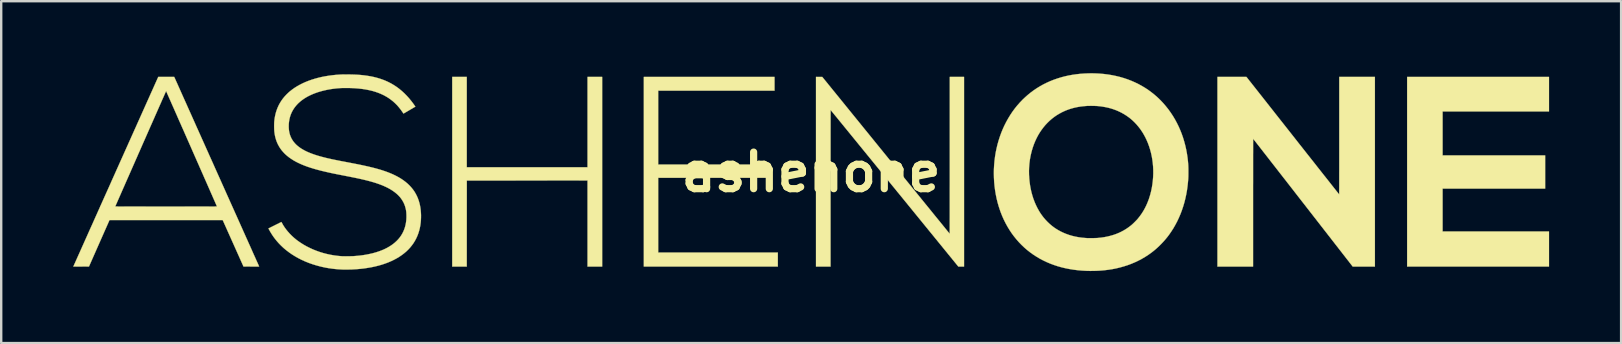
<source format=kicad_pcb>
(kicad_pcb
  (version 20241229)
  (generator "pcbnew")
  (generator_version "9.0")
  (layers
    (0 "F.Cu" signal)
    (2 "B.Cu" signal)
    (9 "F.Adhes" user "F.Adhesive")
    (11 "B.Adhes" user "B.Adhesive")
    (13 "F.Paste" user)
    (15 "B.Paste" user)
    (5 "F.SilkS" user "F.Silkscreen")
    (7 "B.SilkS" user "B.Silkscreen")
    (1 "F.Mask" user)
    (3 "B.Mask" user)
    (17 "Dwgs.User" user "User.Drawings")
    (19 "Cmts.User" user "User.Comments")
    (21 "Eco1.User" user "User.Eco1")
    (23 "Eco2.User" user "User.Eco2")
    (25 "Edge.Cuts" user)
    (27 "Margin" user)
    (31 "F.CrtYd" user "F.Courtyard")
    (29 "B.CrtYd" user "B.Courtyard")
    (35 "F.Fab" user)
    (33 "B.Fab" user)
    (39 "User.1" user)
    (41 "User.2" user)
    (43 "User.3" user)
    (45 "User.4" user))
  (footprint "ashenone"
    (layer "F.Cu")
    (at 30.737 4.12)
    (property "Reference" "ashenone" (at 0 0 0) (layer "F.SilkS") (effects (font (size 1.524 1.524) (thickness 0.3))))
    (attr through_hole)
    (fp_poly (pts (xy -1.524 -3.394) (xy -6.37 -3.394) (xy -6.37 -0.316) (xy -1.749 -0.316) (xy -1.749 0.236) (xy -6.37 0.236) (xy -6.37 3.35) (xy -1.387 3.35) (xy -1.387 3.934) (xy -6.969 3.934) (xy -6.969 -3.967) (xy -1.524 -3.967) (xy -1.524 -3.394)) (stroke (width 0.01) (type solid)) (fill yes) (layer "F.SilkS"))
    (fp_poly (pts (xy 30.736 -2.526) (xy 26.304 -2.526) (xy 26.304 -0.697) (xy 30.576 -0.697) (xy 30.576 0.686) (xy 26.304 0.686) (xy 26.304 2.472) (xy 30.736 2.472) (xy 30.736 3.934) (xy 24.827 3.934) (xy 24.827 -3.967) (xy 30.736 -3.967) (xy 30.736 -2.526)) (stroke (width 0.01) (type solid)) (fill yes) (layer "F.SilkS"))
    (fp_poly (pts (xy -14.344 -0.203) (xy -9.314 -0.203) (xy -9.314 -3.967) (xy -8.704 -3.967) (xy -8.704 3.934) (xy -9.314 3.934) (xy -9.314 0.348) (xy -11.828 0.349) (xy -14.342 0.35) (xy -14.344 3.934) (xy -14.95 3.934) (xy -14.95 -3.967) (xy -14.344 -3.967) (xy -14.344 -0.203)) (stroke (width 0.01) (type solid)) (fill yes) (layer "F.SilkS"))
    (fp_poly (pts (xy 23.484 3.934) (xy 22.56 3.934) (xy 20.488 1.272) (xy 20.392 1.149) (xy 20.297 1.027) (xy 20.203 0.906) (xy 20.111 0.787) (xy 20.02 0.67) (xy 19.93 0.555) (xy 19.842 0.442) (xy 19.756 0.331) (xy 19.671 0.223) (xy 19.588 0.116) (xy 19.507 0.013) (xy 19.429 -0.088) (xy 19.352 -0.187) (xy 19.278 -0.282) (xy 19.206 -0.374) (xy 19.136 -0.463) (xy 19.07 -0.549) (xy 19.005 -0.632) (xy 18.944 -0.711) (xy 18.885 -0.786) (xy 18.829 -0.857) (xy 18.777 -0.925) (xy 18.727 -0.988) (xy 18.681 -1.048) (xy 18.638 -1.103) (xy 18.598 -1.153) (xy 18.562 -1.2) (xy 18.53 -1.241) (xy 18.501 -1.278) (xy 18.476 -1.309) (xy 18.455 -1.336) (xy 18.439 -1.357) (xy 18.426 -1.374) (xy 18.417 -1.384) (xy 18.413 -1.39) (xy 18.413 -1.39) (xy 18.412 -1.387) (xy 18.412 -1.376) (xy 18.412 -1.358) (xy 18.412 -1.333) (xy 18.412 -1.302) (xy 18.412 -1.264) (xy 18.411 -1.219) (xy 18.411 -1.168) (xy 18.411 -1.111) (xy 18.411 -1.047) (xy 18.411 -0.978) (xy 18.411 -0.902) (xy 18.411 -0.821) (xy 18.41 -0.734) (xy 18.41 -0.641) (xy 18.41 -0.543) (xy 18.41 -0.44) (xy 18.41 -0.332) (xy 18.41 -0.218) (xy 18.41 -0.099) (xy 18.41 0.024) (xy 18.41 0.152) (xy 18.41 0.285) (xy 18.41 0.422) (xy 18.409 0.564) (xy 18.409 0.71) (xy 18.409 0.86) (xy 18.409 1.014) (xy 18.409 1.172) (xy 18.409 1.272) (xy 18.409 3.934) (xy 16.925 3.934) (xy 16.925 -3.967) (xy 17.528 -3.967) (xy 18.132 -3.967) (xy 20.063 -1.519) (xy 20.156 -1.401) (xy 20.248 -1.284) (xy 20.338 -1.169) (xy 20.428 -1.056) (xy 20.516 -0.944) (xy 20.602 -0.835) (xy 20.687 -0.727) (xy 20.771 -0.622) (xy 20.852 -0.518) (xy 20.932 -0.418) (xy 21.009 -0.32) (xy 21.084 -0.224) (xy 21.157 -0.132) (xy 21.228 -0.042) (xy 21.297 0.045) (xy 21.362 0.128) (xy 21.426 0.208) (xy 21.486 0.284) (xy 21.544 0.357) (xy 21.598 0.426) (xy 21.65 0.492) (xy 21.698 0.553) (xy 21.744 0.61) (xy 21.785 0.663) (xy 21.824 0.712) (xy 21.859 0.756) (xy 21.89 0.795) (xy 21.917 0.829) (xy 21.941 0.859) (xy 21.96 0.884) (xy 21.975 0.903) (xy 21.987 0.917) (xy 21.994 0.926) (xy 21.996 0.929) (xy 21.996 0.929) (xy 21.996 0.925) (xy 21.997 0.915) (xy 21.997 0.897) (xy 21.997 0.873) (xy 21.997 0.842) (xy 21.997 0.805) (xy 21.997 0.762) (xy 21.997 0.713) (xy 21.998 0.658) (xy 21.998 0.597) (xy 21.998 0.531) (xy 21.998 0.46) (xy 21.998 0.384) (xy 21.998 0.303) (xy 21.998 0.218) (xy 21.998 0.128) (xy 21.998 0.033) (xy 21.999 -0.065) (xy 21.999 -0.167) (xy 21.999 -0.273) (xy 21.999 -0.383) (xy 21.999 -0.495) (xy 21.999 -0.611) (xy 21.999 -0.73) (xy 21.999 -0.852) (xy 21.999 -0.976) (xy 21.999 -1.103) (xy 21.999 -1.232) (xy 21.999 -1.363) (xy 21.999 -1.495) (xy 21.999 -3.967) (xy 23.484 -3.967) (xy 23.484 3.934)) (stroke (width 0.01) (type solid)) (fill yes) (layer "F.SilkS"))
    (fp_poly (pts (xy 0.334 -3.966) (xy 0.465 -3.965) (xy 3.116 -0.701) (xy 3.226 -0.565) (xy 3.335 -0.431) (xy 3.443 -0.298) (xy 3.55 -0.167) (xy 3.655 -0.037) (xy 3.759 0.09) (xy 3.861 0.216) (xy 3.961 0.34) (xy 4.06 0.461) (xy 4.157 0.581) (xy 4.252 0.698) (xy 4.345 0.812) (xy 4.436 0.924) (xy 4.525 1.033) (xy 4.611 1.14) (xy 4.695 1.243) (xy 4.777 1.344) (xy 4.856 1.441) (xy 4.933 1.535) (xy 5.006 1.626) (xy 5.077 1.713) (xy 5.145 1.797) (xy 5.21 1.877) (xy 5.272 1.953) (xy 5.331 2.025) (xy 5.387 2.094) (xy 5.439 2.158) (xy 5.488 2.218) (xy 5.533 2.273) (xy 5.574 2.324) (xy 5.612 2.371) (xy 5.646 2.413) (xy 5.676 2.45) (xy 5.703 2.482) (xy 5.725 2.509) (xy 5.743 2.531) (xy 5.756 2.547) (xy 5.766 2.559) (xy 5.771 2.565) (xy 5.771 2.566) (xy 5.771 2.562) (xy 5.772 2.551) (xy 5.772 2.533) (xy 5.772 2.509) (xy 5.772 2.477) (xy 5.772 2.438) (xy 5.773 2.393) (xy 5.773 2.341) (xy 5.773 2.282) (xy 5.773 2.216) (xy 5.773 2.145) (xy 5.773 2.066) (xy 5.773 1.982) (xy 5.774 1.891) (xy 5.774 1.794) (xy 5.774 1.691) (xy 5.774 1.582) (xy 5.774 1.467) (xy 5.774 1.347) (xy 5.774 1.22) (xy 5.774 1.088) (xy 5.774 0.95) (xy 5.774 0.807) (xy 5.774 0.658) (xy 5.775 0.504) (xy 5.775 0.345) (xy 5.775 0.18) (xy 5.775 0.01) (xy 5.775 -0.165) (xy 5.775 -0.344) (xy 5.775 -0.529) (xy 5.775 -0.7) (xy 5.775 -3.967) (xy 6.37 -3.967) (xy 6.37 3.934) (xy 6.132 3.934) (xy 3.474 0.673) (xy 3.363 0.538) (xy 3.254 0.404) (xy 3.146 0.271) (xy 3.039 0.14) (xy 2.934 0.011) (xy 2.83 -0.117) (xy 2.728 -0.242) (xy 2.627 -0.366) (xy 2.528 -0.487) (xy 2.431 -0.606) (xy 2.335 -0.723) (xy 2.242 -0.837) (xy 2.151 -0.949) (xy 2.062 -1.058) (xy 1.975 -1.164) (xy 1.891 -1.268) (xy 1.809 -1.368) (xy 1.73 -1.465) (xy 1.653 -1.559) (xy 1.579 -1.65) (xy 1.508 -1.737) (xy 1.44 -1.821) (xy 1.375 -1.9) (xy 1.313 -1.976) (xy 1.254 -2.049) (xy 1.198 -2.117) (xy 1.146 -2.181) (xy 1.097 -2.241) (xy 1.052 -2.296) (xy 1.01 -2.347) (xy 0.972 -2.393) (xy 0.938 -2.435) (xy 0.908 -2.472) (xy 0.881 -2.504) (xy 0.859 -2.531) (xy 0.841 -2.553) (xy 0.828 -2.57) (xy 0.818 -2.581) (xy 0.813 -2.587) (xy 0.812 -2.588) (xy 0.812 -2.584) (xy 0.812 -2.574) (xy 0.812 -2.556) (xy 0.812 -2.532) (xy 0.812 -2.501) (xy 0.812 -2.463) (xy 0.811 -2.419) (xy 0.811 -2.369) (xy 0.811 -2.314) (xy 0.811 -2.252) (xy 0.811 -2.185) (xy 0.811 -2.112) (xy 0.811 -2.034) (xy 0.811 -1.951) (xy 0.811 -1.862) (xy 0.81 -1.769) (xy 0.81 -1.672) (xy 0.81 -1.569) (xy 0.81 -1.463) (xy 0.81 -1.352) (xy 0.81 -1.237) (xy 0.81 -1.119) (xy 0.81 -0.997) (xy 0.81 -0.871) (xy 0.81 -0.742) (xy 0.81 -0.609) (xy 0.81 -0.474) (xy 0.81 -0.335) (xy 0.81 -0.194) (xy 0.809 -0.051) (xy 0.809 0.095) (xy 0.809 0.243) (xy 0.809 0.394) (xy 0.809 0.546) (xy 0.809 0.673) (xy 0.809 3.934) (xy 0.203 3.934) (xy 0.203 -3.967) (xy 0.334 -3.966)) (stroke (width 0.01) (type solid)) (fill yes) (layer "F.SilkS"))
    (fp_poly (pts (xy -26.519 -3.943) (xy -26.423 -3.73) (xy -26.328 -3.517) (xy -26.234 -3.306) (xy -26.14 -3.096) (xy -26.046 -2.887) (xy -25.953 -2.679) (xy -25.86 -2.472) (xy -25.768 -2.267) (xy -25.677 -2.063) (xy -25.587 -1.861) (xy -25.497 -1.661) (xy -25.408 -1.463) (xy -25.32 -1.266) (xy -25.233 -1.071) (xy -25.147 -0.879) (xy -25.062 -0.689) (xy -24.977 -0.501) (xy -24.894 -0.316) (xy -24.813 -0.133) (xy -24.732 0.047) (xy -24.652 0.225) (xy -24.574 0.399) (xy -24.497 0.571) (xy -24.422 0.739) (xy -24.348 0.905) (xy -24.275 1.067) (xy -24.204 1.226) (xy -24.134 1.381) (xy -24.066 1.533) (xy -24 1.681) (xy -23.935 1.825) (xy -23.872 1.966) (xy -23.811 2.102) (xy -23.752 2.235) (xy -23.694 2.363) (xy -23.639 2.487) (xy -23.585 2.607) (xy -23.534 2.722) (xy -23.484 2.832) (xy -23.437 2.938) (xy -23.391 3.039) (xy -23.348 3.136) (xy -23.307 3.227) (xy -23.269 3.313) (xy -23.233 3.394) (xy -23.199 3.47) (xy -23.167 3.54) (xy -23.138 3.605) (xy -23.112 3.664) (xy -23.088 3.717) (xy -23.066 3.765) (xy -23.047 3.807) (xy -23.031 3.843) (xy -23.018 3.872) (xy -23.008 3.896) (xy -23 3.913) (xy -22.995 3.924) (xy -22.993 3.928) (xy -22.993 3.928) (xy -22.993 3.929) (xy -22.993 3.93) (xy -22.995 3.931) (xy -22.999 3.932) (xy -23.005 3.932) (xy -23.014 3.933) (xy -23.025 3.933) (xy -23.04 3.934) (xy -23.059 3.934) (xy -23.083 3.934) (xy -23.111 3.934) (xy -23.145 3.934) (xy -23.184 3.934) (xy -23.229 3.934) (xy -23.281 3.934) (xy -23.317 3.934) (xy -23.644 3.933) (xy -24.077 2.965) (xy -24.51 1.998) (xy -29.226 1.998) (xy -29.654 2.965) (xy -30.081 3.933) (xy -30.406 3.934) (xy -30.454 3.934) (xy -30.5 3.934) (xy -30.543 3.934) (xy -30.583 3.934) (xy -30.62 3.934) (xy -30.652 3.933) (xy -30.679 3.933) (xy -30.701 3.933) (xy -30.718 3.933) (xy -30.728 3.932) (xy -30.732 3.932) (xy -30.732 3.932) (xy -30.73 3.928) (xy -30.726 3.919) (xy -30.719 3.902) (xy -30.709 3.88) (xy -30.696 3.851) (xy -30.681 3.817) (xy -30.662 3.776) (xy -30.642 3.73) (xy -30.619 3.678) (xy -30.593 3.621) (xy -30.565 3.558) (xy -30.535 3.491) (xy -30.502 3.418) (xy -30.467 3.34) (xy -30.43 3.257) (xy -30.391 3.17) (xy -30.35 3.078) (xy -30.307 2.982) (xy -30.262 2.881) (xy -30.215 2.776) (xy -30.166 2.667) (xy -30.116 2.554) (xy -30.064 2.438) (xy -30.01 2.317) (xy -29.954 2.194) (xy -29.897 2.066) (xy -29.839 1.936) (xy -29.779 1.802) (xy -29.718 1.665) (xy -29.655 1.526) (xy -29.613 1.43) (xy -28.986 1.43) (xy -28.982 1.43) (xy -28.972 1.431) (xy -28.954 1.431) (xy -28.928 1.431) (xy -28.896 1.431) (xy -28.857 1.432) (xy -28.81 1.432) (xy -28.757 1.432) (xy -28.696 1.432) (xy -28.629 1.432) (xy -28.554 1.433) (xy -28.473 1.433) (xy -28.385 1.433) (xy -28.29 1.433) (xy -28.188 1.433) (xy -28.08 1.433) (xy -27.965 1.433) (xy -27.843 1.433) (xy -27.714 1.434) (xy -27.579 1.434) (xy -27.437 1.434) (xy -27.289 1.434) (xy -27.134 1.434) (xy -26.973 1.434) (xy -26.868 1.434) (xy -26.698 1.434) (xy -26.536 1.434) (xy -26.38 1.434) (xy -26.232 1.434) (xy -26.091 1.434) (xy -25.957 1.433) (xy -25.83 1.433) (xy -25.711 1.433) (xy -25.598 1.433) (xy -25.493 1.433) (xy -25.394 1.433) (xy -25.303 1.433) (xy -25.219 1.433) (xy -25.142 1.433) (xy -25.071 1.432) (xy -25.008 1.432) (xy -24.952 1.432) (xy -24.903 1.432) (xy -24.86 1.432) (xy -24.825 1.431) (xy -24.796 1.431) (xy -24.775 1.431) (xy -24.76 1.431) (xy -24.752 1.43) (xy -24.75 1.43) (xy -24.752 1.426) (xy -24.756 1.416) (xy -24.763 1.4) (xy -24.773 1.378) (xy -24.785 1.35) (xy -24.8 1.316) (xy -24.817 1.277) (xy -24.836 1.232) (xy -24.858 1.183) (xy -24.882 1.129) (xy -24.908 1.07) (xy -24.936 1.007) (xy -24.965 0.939) (xy -24.997 0.868) (xy -25.03 0.792) (xy -25.064 0.714) (xy -25.101 0.631) (xy -25.138 0.546) (xy -25.177 0.457) (xy -25.217 0.366) (xy -25.259 0.272) (xy -25.301 0.176) (xy -25.344 0.077) (xy -25.389 -0.023) (xy -25.434 -0.126) (xy -25.48 -0.23) (xy -25.526 -0.335) (xy -25.573 -0.441) (xy -25.62 -0.549) (xy -25.668 -0.657) (xy -25.716 -0.766) (xy -25.764 -0.875) (xy -25.812 -0.985) (xy -25.86 -1.094) (xy -25.908 -1.203) (xy -25.956 -1.312) (xy -26.004 -1.42) (xy -26.051 -1.527) (xy -26.098 -1.634) (xy -26.144 -1.739) (xy -26.19 -1.842) (xy -26.235 -1.944) (xy -26.279 -2.044) (xy -26.323 -2.142) (xy -26.365 -2.238) (xy -26.406 -2.332) (xy -26.446 -2.422) (xy -26.485 -2.51) (xy -26.522 -2.595) (xy -26.558 -2.677) (xy -26.593 -2.755) (xy -26.626 -2.829) (xy -26.657 -2.9) (xy -26.686 -2.967) (xy -26.714 -3.029) (xy -26.74 -3.087) (xy -26.763 -3.14) (xy -26.785 -3.188) (xy -26.804 -3.232) (xy -26.821 -3.27) (xy -26.835 -3.302) (xy -26.847 -3.329) (xy -26.856 -3.35) (xy -26.863 -3.365) (xy -26.867 -3.374) (xy -26.868 -3.376) (xy -26.87 -3.373) (xy -26.874 -3.363) (xy -26.881 -3.347) (xy -26.891 -3.325) (xy -26.904 -3.297) (xy -26.918 -3.264) (xy -26.936 -3.225) (xy -26.955 -3.181) (xy -26.977 -3.131) (xy -27.001 -3.077) (xy -27.027 -3.019) (xy -27.055 -2.956) (xy -27.084 -2.888) (xy -27.116 -2.817) (xy -27.149 -2.742) (xy -27.184 -2.663) (xy -27.22 -2.581) (xy -27.258 -2.496) (xy -27.297 -2.407) (xy -27.337 -2.316) (xy -27.378 -2.222) (xy -27.421 -2.126) (xy -27.464 -2.028) (xy -27.509 -1.927) (xy -27.554 -1.825) (xy -27.6 -1.721) (xy -27.646 -1.616) (xy -27.693 -1.509) (xy -27.74 -1.402) (xy -27.788 -1.294) (xy -27.836 -1.185) (xy -27.884 -1.076) (xy -27.932 -0.966) (xy -27.98 -0.857) (xy -28.029 -0.748) (xy -28.076 -0.639) (xy -28.124 -0.531) (xy -28.171 -0.424) (xy -28.218 -0.317) (xy -28.264 -0.212) (xy -28.31 -0.108) (xy -28.355 -0.006) (xy -28.399 0.094) (xy -28.442 0.192) (xy -28.485 0.288) (xy -28.526 0.381) (xy -28.566 0.472) (xy -28.604 0.56) (xy -28.642 0.645) (xy -28.678 0.727) (xy -28.712 0.805) (xy -28.745 0.88) (xy -28.776 0.951) (xy -28.806 1.018) (xy -28.833 1.08) (xy -28.859 1.138) (xy -28.882 1.192) (xy -28.903 1.24) (xy -28.922 1.284) (xy -28.939 1.322) (xy -28.954 1.355) (xy -28.965 1.382) (xy -28.975 1.403) (xy -28.981 1.419) (xy -28.985 1.428) (xy -28.986 1.43) (xy -29.613 1.43) (xy -29.592 1.383) (xy -29.527 1.238) (xy -29.461 1.091) (xy -29.394 0.941) (xy -29.325 0.789) (xy -29.256 0.635) (xy -29.186 0.478) (xy -29.116 0.32) (xy -29.044 0.16) (xy -28.972 -0.001) (xy -28.964 -0.019) (xy -27.195 -3.967) (xy -26.53 -3.967) (xy -26.519 -3.943)) (stroke (width 0.01) (type solid)) (fill yes) (layer "F.SilkS"))
    (fp_poly (pts (xy 11.9 -4.11) (xy 12.018 -4.103) (xy 12.195 -4.088) (xy 12.368 -4.066) (xy 12.539 -4.038) (xy 12.706 -4.003) (xy 12.87 -3.963) (xy 13.03 -3.916) (xy 13.187 -3.863) (xy 13.34 -3.804) (xy 13.489 -3.739) (xy 13.635 -3.668) (xy 13.776 -3.591) (xy 13.914 -3.509) (xy 14.048 -3.42) (xy 14.177 -3.325) (xy 14.303 -3.225) (xy 14.424 -3.119) (xy 14.54 -3.007) (xy 14.653 -2.889) (xy 14.76 -2.766) (xy 14.864 -2.637) (xy 14.885 -2.609) (xy 14.981 -2.475) (xy 15.072 -2.337) (xy 15.158 -2.193) (xy 15.238 -2.044) (xy 15.313 -1.891) (xy 15.381 -1.736) (xy 15.44 -1.586) (xy 15.494 -1.431) (xy 15.542 -1.272) (xy 15.585 -1.11) (xy 15.622 -0.946) (xy 15.653 -0.781) (xy 15.678 -0.614) (xy 15.697 -0.448) (xy 15.7 -0.412) (xy 15.703 -0.372) (xy 15.706 -0.337) (xy 15.708 -0.304) (xy 15.71 -0.272) (xy 15.711 -0.241) (xy 15.712 -0.209) (xy 15.713 -0.175) (xy 15.714 -0.138) (xy 15.714 -0.097) (xy 15.714 -0.051) (xy 15.714 -0.015) (xy 15.714 0.038) (xy 15.714 0.085) (xy 15.713 0.127) (xy 15.713 0.165) (xy 15.712 0.2) (xy 15.71 0.234) (xy 15.709 0.268) (xy 15.706 0.303) (xy 15.704 0.34) (xy 15.7 0.381) (xy 15.698 0.412) (xy 15.679 0.588) (xy 15.655 0.763) (xy 15.624 0.935) (xy 15.587 1.105) (xy 15.545 1.272) (xy 15.496 1.436) (xy 15.442 1.596) (xy 15.382 1.754) (xy 15.316 1.907) (xy 15.245 2.057) (xy 15.168 2.202) (xy 15.087 2.343) (xy 14.999 2.479) (xy 14.962 2.533) (xy 14.903 2.617) (xy 14.844 2.695) (xy 14.784 2.769) (xy 14.723 2.841) (xy 14.658 2.913) (xy 14.589 2.986) (xy 14.548 3.027) (xy 14.496 3.078) (xy 14.448 3.124) (xy 14.401 3.167) (xy 14.355 3.208) (xy 14.309 3.247) (xy 14.26 3.287) (xy 14.207 3.328) (xy 14.172 3.355) (xy 14.045 3.446) (xy 13.913 3.531) (xy 13.777 3.611) (xy 13.637 3.685) (xy 13.493 3.753) (xy 13.344 3.816) (xy 13.192 3.873) (xy 13.036 3.923) (xy 12.877 3.968) (xy 12.714 4.008) (xy 12.548 4.041) (xy 12.379 4.067) (xy 12.207 4.088) (xy 12.079 4.099) (xy 12.01 4.104) (xy 11.937 4.108) (xy 11.861 4.111) (xy 11.784 4.113) (xy 11.707 4.114) (xy 11.632 4.115) (xy 11.561 4.114) (xy 11.495 4.113) (xy 11.479 4.112) (xy 11.293 4.102) (xy 11.111 4.086) (xy 10.933 4.064) (xy 10.759 4.036) (xy 10.589 4.002) (xy 10.423 3.962) (xy 10.261 3.916) (xy 10.102 3.863) (xy 9.955 3.808) (xy 9.805 3.744) (xy 9.659 3.674) (xy 9.517 3.599) (xy 9.38 3.517) (xy 9.247 3.431) (xy 9.118 3.338) (xy 8.994 3.24) (xy 8.875 3.137) (xy 8.761 3.028) (xy 8.651 2.914) (xy 8.547 2.795) (xy 8.447 2.671) (xy 8.352 2.542) (xy 8.263 2.408) (xy 8.179 2.27) (xy 8.1 2.126) (xy 8.026 1.978) (xy 7.958 1.826) (xy 7.896 1.669) (xy 7.872 1.602) (xy 7.818 1.44) (xy 7.77 1.274) (xy 7.728 1.105) (xy 7.693 0.934) (xy 7.664 0.761) (xy 7.641 0.585) (xy 7.625 0.409) (xy 7.615 0.231) (xy 7.612 0.054) (xy 7.613 -0.05) (xy 9.075 -0.05) (xy 9.077 0.106) (xy 9.085 0.254) (xy 9.1 0.405) (xy 9.12 0.552) (xy 9.146 0.697) (xy 9.178 0.839) (xy 9.216 0.977) (xy 9.259 1.111) (xy 9.308 1.241) (xy 9.363 1.368) (xy 9.422 1.489) (xy 9.487 1.607) (xy 9.534 1.684) (xy 9.606 1.789) (xy 9.682 1.89) (xy 9.764 1.985) (xy 9.851 2.076) (xy 9.942 2.162) (xy 10.037 2.242) (xy 10.136 2.316) (xy 10.185 2.349) (xy 10.29 2.414) (xy 10.4 2.474) (xy 10.514 2.528) (xy 10.632 2.576) (xy 10.753 2.619) (xy 10.879 2.656) (xy 11.007 2.686) (xy 11.139 2.711) (xy 11.188 2.718) (xy 11.223 2.723) (xy 11.255 2.727) (xy 11.285 2.731) (xy 11.316 2.734) (xy 11.348 2.737) (xy 11.382 2.74) (xy 11.42 2.743) (xy 11.463 2.746) (xy 11.506 2.749) (xy 11.521 2.75) (xy 11.542 2.75) (xy 11.569 2.75) (xy 11.6 2.75) (xy 11.634 2.75) (xy 11.671 2.75) (xy 11.709 2.749) (xy 11.747 2.749) (xy 11.785 2.748) (xy 11.821 2.747) (xy 11.854 2.746) (xy 11.884 2.745) (xy 11.91 2.744) (xy 11.929 2.743) (xy 11.938 2.742) (xy 12.078 2.728) (xy 12.213 2.708) (xy 12.343 2.683) (xy 12.468 2.652) (xy 12.589 2.617) (xy 12.706 2.576) (xy 12.819 2.53) (xy 12.928 2.478) (xy 13.033 2.421) (xy 13.136 2.358) (xy 13.235 2.289) (xy 13.332 2.214) (xy 13.346 2.202) (xy 13.367 2.184) (xy 13.392 2.161) (xy 13.42 2.135) (xy 13.449 2.107) (xy 13.479 2.077) (xy 13.509 2.047) (xy 13.538 2.017) (xy 13.565 1.99) (xy 13.588 1.964) (xy 13.608 1.942) (xy 13.612 1.936) (xy 13.693 1.834) (xy 13.768 1.729) (xy 13.837 1.62) (xy 13.901 1.507) (xy 13.959 1.391) (xy 14.012 1.269) (xy 14.061 1.143) (xy 14.083 1.078) (xy 14.125 0.94) (xy 14.162 0.798) (xy 14.192 0.653) (xy 14.216 0.506) (xy 14.234 0.357) (xy 14.246 0.207) (xy 14.252 0.057) (xy 14.251 -0.093) (xy 14.244 -0.242) (xy 14.231 -0.383) (xy 14.212 -0.528) (xy 14.187 -0.671) (xy 14.156 -0.81) (xy 14.119 -0.946) (xy 14.077 -1.078) (xy 14.03 -1.206) (xy 13.977 -1.331) (xy 13.92 -1.451) (xy 13.857 -1.567) (xy 13.789 -1.679) (xy 13.716 -1.786) (xy 13.638 -1.888) (xy 13.556 -1.985) (xy 13.469 -2.077) (xy 13.378 -2.164) (xy 13.282 -2.245) (xy 13.236 -2.28) (xy 13.135 -2.352) (xy 13.03 -2.418) (xy 12.923 -2.478) (xy 12.812 -2.532) (xy 12.698 -2.581) (xy 12.593 -2.619) (xy 12.487 -2.653) (xy 12.379 -2.682) (xy 12.269 -2.706) (xy 12.155 -2.726) (xy 12.037 -2.743) (xy 11.931 -2.753) (xy 11.903 -2.755) (xy 11.87 -2.757) (xy 11.831 -2.758) (xy 11.79 -2.76) (xy 11.746 -2.761) (xy 11.701 -2.761) (xy 11.656 -2.762) (xy 11.613 -2.761) (xy 11.573 -2.761) (xy 11.537 -2.76) (xy 11.507 -2.759) (xy 11.499 -2.759) (xy 11.362 -2.748) (xy 11.229 -2.733) (xy 11.101 -2.712) (xy 10.977 -2.686) (xy 10.857 -2.654) (xy 10.739 -2.617) (xy 10.624 -2.574) (xy 10.574 -2.553) (xy 10.457 -2.499) (xy 10.345 -2.439) (xy 10.236 -2.374) (xy 10.131 -2.302) (xy 10.031 -2.225) (xy 9.935 -2.142) (xy 9.844 -2.054) (xy 9.757 -1.961) (xy 9.674 -1.862) (xy 9.597 -1.758) (xy 9.524 -1.65) (xy 9.456 -1.537) (xy 9.394 -1.419) (xy 9.336 -1.296) (xy 9.284 -1.169) (xy 9.237 -1.038) (xy 9.196 -0.902) (xy 9.171 -0.808) (xy 9.137 -0.66) (xy 9.111 -0.51) (xy 9.092 -0.358) (xy 9.08 -0.205) (xy 9.075 -0.05) (xy 7.613 -0.05) (xy 7.614 -0.124) (xy 7.624 -0.302) (xy 7.64 -0.479) (xy 7.662 -0.655) (xy 7.691 -0.83) (xy 7.719 -0.965) (xy 7.759 -1.137) (xy 7.806 -1.305) (xy 7.859 -1.47) (xy 7.917 -1.631) (xy 7.981 -1.789) (xy 8.051 -1.942) (xy 8.127 -2.092) (xy 8.208 -2.237) (xy 8.294 -2.378) (xy 8.385 -2.515) (xy 8.482 -2.647) (xy 8.584 -2.774) (xy 8.691 -2.896) (xy 8.803 -3.013) (xy 8.92 -3.124) (xy 9.008 -3.202) (xy 9.132 -3.304) (xy 9.26 -3.4) (xy 9.393 -3.49) (xy 9.53 -3.574) (xy 9.671 -3.653) (xy 9.816 -3.725) (xy 9.965 -3.792) (xy 10.118 -3.852) (xy 10.274 -3.906) (xy 10.434 -3.954) (xy 10.567 -3.989) (xy 10.723 -4.024) (xy 10.884 -4.053) (xy 11.049 -4.077) (xy 11.216 -4.095) (xy 11.385 -4.107) (xy 11.556 -4.114) (xy 11.728 -4.115) (xy 11.9 -4.11)) (stroke (width 0.01) (type solid)) (fill yes) (layer "F.SilkS"))
    (fp_poly (pts (xy -19.32 -4.069) (xy -19.257 -4.068) (xy -19.193 -4.067) (xy -19.13 -4.066) (xy -19.068 -4.064) (xy -19.01 -4.062) (xy -18.955 -4.06) (xy -18.918 -4.058) (xy -18.767 -4.047) (xy -18.622 -4.032) (xy -18.484 -4.013) (xy -18.35 -3.991) (xy -18.221 -3.964) (xy -18.097 -3.933) (xy -17.977 -3.898) (xy -17.862 -3.859) (xy -17.75 -3.816) (xy -17.641 -3.768) (xy -17.536 -3.715) (xy -17.48 -3.685) (xy -17.366 -3.617) (xy -17.255 -3.543) (xy -17.147 -3.462) (xy -17.042 -3.374) (xy -16.94 -3.28) (xy -16.841 -3.179) (xy -16.744 -3.072) (xy -16.651 -2.958) (xy -16.606 -2.898) (xy -16.587 -2.874) (xy -16.569 -2.849) (xy -16.552 -2.825) (xy -16.535 -2.802) (xy -16.521 -2.781) (xy -16.508 -2.763) (xy -16.497 -2.747) (xy -16.49 -2.736) (xy -16.487 -2.729) (xy -16.486 -2.728) (xy -16.491 -2.725) (xy -16.501 -2.719) (xy -16.516 -2.71) (xy -16.535 -2.699) (xy -16.558 -2.685) (xy -16.585 -2.669) (xy -16.614 -2.652) (xy -16.645 -2.634) (xy -16.678 -2.614) (xy -16.712 -2.595) (xy -16.746 -2.575) (xy -16.779 -2.555) (xy -16.813 -2.536) (xy -16.844 -2.517) (xy -16.874 -2.5) (xy -16.901 -2.484) (xy -16.925 -2.47) (xy -16.945 -2.459) (xy -16.961 -2.449) (xy -16.973 -2.443) (xy -16.978 -2.44) (xy -16.979 -2.44) (xy -16.982 -2.443) (xy -16.988 -2.451) (xy -16.997 -2.464) (xy -17.008 -2.48) (xy -17.02 -2.498) (xy -17.022 -2.501) (xy -17.093 -2.601) (xy -17.168 -2.696) (xy -17.246 -2.786) (xy -17.329 -2.869) (xy -17.416 -2.948) (xy -17.508 -3.02) (xy -17.603 -3.088) (xy -17.704 -3.15) (xy -17.808 -3.207) (xy -17.918 -3.258) (xy -18.033 -3.305) (xy -18.152 -3.346) (xy -18.276 -3.383) (xy -18.406 -3.414) (xy -18.541 -3.441) (xy -18.681 -3.463) (xy -18.722 -3.468) (xy -18.793 -3.476) (xy -18.861 -3.483) (xy -18.928 -3.489) (xy -18.996 -3.494) (xy -19.065 -3.498) (xy -19.136 -3.501) (xy -19.21 -3.503) (xy -19.29 -3.504) (xy -19.362 -3.504) (xy -19.41 -3.504) (xy -19.452 -3.504) (xy -19.489 -3.504) (xy -19.521 -3.503) (xy -19.55 -3.503) (xy -19.577 -3.502) (xy -19.603 -3.501) (xy -19.628 -3.499) (xy -19.655 -3.498) (xy -19.683 -3.495) (xy -19.714 -3.493) (xy -19.747 -3.49) (xy -19.882 -3.475) (xy -20.015 -3.456) (xy -20.145 -3.433) (xy -20.272 -3.405) (xy -20.396 -3.374) (xy -20.516 -3.339) (xy -20.632 -3.3) (xy -20.743 -3.257) (xy -20.848 -3.211) (xy -20.948 -3.162) (xy -21.028 -3.118) (xy -21.122 -3.059) (xy -21.21 -2.997) (xy -21.292 -2.931) (xy -21.367 -2.863) (xy -21.435 -2.791) (xy -21.497 -2.716) (xy -21.552 -2.638) (xy -21.601 -2.557) (xy -21.644 -2.473) (xy -21.68 -2.385) (xy -21.709 -2.295) (xy -21.732 -2.201) (xy -21.748 -2.104) (xy -21.758 -2.005) (xy -21.759 -1.973) (xy -21.76 -1.883) (xy -21.756 -1.795) (xy -21.746 -1.711) (xy -21.73 -1.63) (xy -21.708 -1.552) (xy -21.68 -1.478) (xy -21.647 -1.406) (xy -21.607 -1.338) (xy -21.562 -1.272) (xy -21.51 -1.209) (xy -21.452 -1.148) (xy -21.387 -1.09) (xy -21.316 -1.035) (xy -21.239 -0.982) (xy -21.155 -0.932) (xy -21.065 -0.883) (xy -20.967 -0.837) (xy -20.863 -0.794) (xy -20.753 -0.752) (xy -20.635 -0.712) (xy -20.584 -0.696) (xy -20.514 -0.675) (xy -20.443 -0.655) (xy -20.37 -0.635) (xy -20.294 -0.615) (xy -20.215 -0.595) (xy -20.132 -0.575) (xy -20.044 -0.556) (xy -19.951 -0.535) (xy -19.853 -0.515) (xy -19.749 -0.494) (xy -19.639 -0.472) (xy -19.584 -0.461) (xy -19.505 -0.446) (xy -19.434 -0.433) (xy -19.369 -0.42) (xy -19.31 -0.409) (xy -19.256 -0.398) (xy -19.207 -0.389) (xy -19.164 -0.381) (xy -19.124 -0.373) (xy -19.089 -0.366) (xy -19.057 -0.36) (xy -19.028 -0.354) (xy -19.001 -0.349) (xy -18.978 -0.345) (xy -18.956 -0.34) (xy -18.935 -0.336) (xy -18.916 -0.333) (xy -18.898 -0.329) (xy -18.88 -0.325) (xy -18.868 -0.323) (xy -18.732 -0.295) (xy -18.603 -0.267) (xy -18.481 -0.24) (xy -18.365 -0.213) (xy -18.254 -0.186) (xy -18.149 -0.159) (xy -18.049 -0.131) (xy -17.954 -0.104) (xy -17.864 -0.076) (xy -17.777 -0.047) (xy -17.694 -0.018) (xy -17.614 0.012) (xy -17.537 0.043) (xy -17.462 0.074) (xy -17.417 0.094) (xy -17.299 0.151) (xy -17.188 0.21) (xy -17.083 0.273) (xy -16.985 0.339) (xy -16.893 0.408) (xy -16.808 0.48) (xy -16.729 0.556) (xy -16.656 0.635) (xy -16.589 0.717) (xy -16.528 0.803) (xy -16.474 0.893) (xy -16.425 0.987) (xy -16.382 1.084) (xy -16.346 1.185) (xy -16.315 1.29) (xy -16.29 1.399) (xy -16.277 1.47) (xy -16.263 1.574) (xy -16.254 1.682) (xy -16.249 1.792) (xy -16.25 1.904) (xy -16.255 2.015) (xy -16.263 2.105) (xy -16.279 2.224) (xy -16.302 2.34) (xy -16.331 2.453) (xy -16.366 2.563) (xy -16.408 2.67) (xy -16.456 2.774) (xy -16.51 2.873) (xy -16.566 2.963) (xy -16.632 3.054) (xy -16.703 3.142) (xy -16.781 3.226) (xy -16.864 3.306) (xy -16.954 3.382) (xy -17.049 3.454) (xy -17.15 3.523) (xy -17.257 3.588) (xy -17.369 3.648) (xy -17.487 3.705) (xy -17.61 3.758) (xy -17.738 3.806) (xy -17.871 3.851) (xy -18.01 3.891) (xy -18.153 3.927) (xy -18.302 3.959) (xy -18.455 3.986) (xy -18.613 4.01) (xy -18.775 4.029) (xy -18.942 4.043) (xy -19.114 4.053) (xy -19.133 4.054) (xy -19.154 4.055) (xy -19.18 4.055) (xy -19.21 4.056) (xy -19.244 4.056) (xy -19.281 4.057) (xy -19.319 4.057) (xy -19.358 4.057) (xy -19.396 4.057) (xy -19.432 4.057) (xy -19.466 4.057) (xy -19.496 4.057) (xy -19.521 4.056) (xy -19.541 4.056) (xy -19.547 4.055) (xy -19.692 4.047) (xy -19.831 4.035) (xy -19.966 4.019) (xy -20.099 4) (xy -20.229 3.977) (xy -20.359 3.949) (xy -20.454 3.927) (xy -20.616 3.883) (xy -20.774 3.834) (xy -20.927 3.78) (xy -21.076 3.72) (xy -21.22 3.655) (xy -21.359 3.584) (xy -21.494 3.508) (xy -21.624 3.427) (xy -21.748 3.341) (xy -21.868 3.249) (xy -21.97 3.164) (xy -21.993 3.143) (xy -22.021 3.117) (xy -22.05 3.089) (xy -22.081 3.06) (xy -22.111 3.029) (xy -22.14 3) (xy -22.166 2.973) (xy -22.182 2.956) (xy -22.26 2.867) (xy -22.335 2.774) (xy -22.407 2.677) (xy -22.473 2.577) (xy -22.534 2.477) (xy -22.58 2.394) (xy -22.605 2.346) (xy -22.065 2.076) (xy -22.042 2.119) (xy -21.989 2.213) (xy -21.929 2.305) (xy -21.862 2.396) (xy -21.789 2.485) (xy -21.711 2.572) (xy -21.627 2.656) (xy -21.538 2.737) (xy -21.445 2.814) (xy -21.372 2.869) (xy -21.255 2.949) (xy -21.134 3.025) (xy -21.008 3.096) (xy -20.877 3.161) (xy -20.743 3.222) (xy -20.605 3.277) (xy -20.464 3.327) (xy -20.32 3.371) (xy -20.174 3.409) (xy -20.026 3.441) (xy -19.877 3.467) (xy -19.727 3.487) (xy -19.576 3.501) (xy -19.544 3.503) (xy -19.519 3.504) (xy -19.488 3.505) (xy -19.451 3.505) (xy -19.411 3.506) (xy -19.367 3.506) (xy -19.322 3.505) (xy -19.276 3.505) (xy -19.23 3.504) (xy -19.185 3.503) (xy -19.142 3.502) (xy -19.103 3.501) (xy -19.069 3.499) (xy -19.039 3.498) (xy -19.037 3.497) (xy -18.959 3.491) (xy -18.887 3.485) (xy -18.818 3.478) (xy -18.751 3.47) (xy -18.685 3.461) (xy -18.68 3.461) (xy -18.538 3.438) (xy -18.401 3.411) (xy -18.269 3.381) (xy -18.143 3.346) (xy -18.023 3.308) (xy -17.908 3.266) (xy -17.798 3.22) (xy -17.694 3.17) (xy -17.597 3.116) (xy -17.505 3.059) (xy -17.418 2.998) (xy -17.338 2.933) (xy -17.264 2.865) (xy -17.196 2.794) (xy -17.134 2.719) (xy -17.078 2.64) (xy -17.029 2.558) (xy -16.986 2.473) (xy -16.964 2.421) (xy -16.932 2.337) (xy -16.907 2.252) (xy -16.887 2.166) (xy -16.872 2.077) (xy -16.862 1.986) (xy -16.857 1.89) (xy -16.857 1.795) (xy -16.859 1.743) (xy -16.861 1.696) (xy -16.865 1.654) (xy -16.87 1.613) (xy -16.877 1.573) (xy -16.885 1.532) (xy -16.895 1.494) (xy -16.919 1.409) (xy -16.95 1.327) (xy -16.987 1.249) (xy -17.031 1.173) (xy -17.08 1.1) (xy -17.136 1.03) (xy -17.199 0.963) (xy -17.268 0.899) (xy -17.343 0.838) (xy -17.425 0.779) (xy -17.514 0.722) (xy -17.609 0.668) (xy -17.711 0.617) (xy -17.82 0.568) (xy -17.839 0.56) (xy -17.903 0.534) (xy -17.969 0.509) (xy -18.037 0.485) (xy -18.107 0.461) (xy -18.181 0.437) (xy -18.258 0.414) (xy -18.338 0.391) (xy -18.423 0.368) (xy -18.512 0.345) (xy -18.606 0.322) (xy -18.706 0.298) (xy -18.81 0.275) (xy -18.921 0.251) (xy -19.038 0.227) (xy -19.162 0.202) (xy -19.257 0.183) (xy -19.341 0.167) (xy -19.421 0.151) (xy -19.498 0.136) (xy -19.57 0.122) (xy -19.636 0.109) (xy -19.698 0.097) (xy -19.754 0.086) (xy -19.804 0.076) (xy -19.848 0.067) (xy -19.883 0.06) (xy -20.029 0.029) (xy -20.168 -0.002) (xy -20.3 -0.033) (xy -20.426 -0.063) (xy -20.546 -0.095) (xy -20.66 -0.126) (xy -20.768 -0.158) (xy -20.871 -0.19) (xy -20.969 -0.223) (xy -21.063 -0.257) (xy -21.152 -0.292) (xy -21.237 -0.327) (xy -21.318 -0.364) (xy -21.396 -0.401) (xy -21.471 -0.44) (xy -21.542 -0.48) (xy -21.573 -0.498) (xy -21.67 -0.561) (xy -21.762 -0.626) (xy -21.846 -0.694) (xy -21.925 -0.766) (xy -21.996 -0.841) (xy -22.062 -0.919) (xy -22.121 -1.001) (xy -22.173 -1.086) (xy -22.22 -1.174) (xy -22.26 -1.266) (xy -22.293 -1.362) (xy -22.321 -1.461) (xy -22.342 -1.563) (xy -22.356 -1.662) (xy -22.361 -1.713) (xy -22.365 -1.769) (xy -22.367 -1.828) (xy -22.368 -1.89) (xy -22.368 -1.952) (xy -22.367 -2.012) (xy -22.365 -2.069) (xy -22.361 -2.121) (xy -22.36 -2.131) (xy -22.346 -2.249) (xy -22.324 -2.363) (xy -22.297 -2.474) (xy -22.263 -2.582) (xy -22.223 -2.686) (xy -22.177 -2.787) (xy -22.124 -2.884) (xy -22.065 -2.978) (xy -21.999 -3.069) (xy -21.927 -3.156) (xy -21.848 -3.24) (xy -21.763 -3.321) (xy -21.711 -3.366) (xy -21.618 -3.439) (xy -21.518 -3.51) (xy -21.413 -3.576) (xy -21.302 -3.638) (xy -21.186 -3.697) (xy -21.065 -3.752) (xy -20.939 -3.802) (xy -20.808 -3.849) (xy -20.672 -3.891) (xy -20.533 -3.929) (xy -20.389 -3.963) (xy -20.241 -3.992) (xy -20.09 -4.017) (xy -19.936 -4.037) (xy -19.778 -4.053) (xy -19.618 -4.064) (xy -19.589 -4.065) (xy -19.545 -4.067) (xy -19.495 -4.068) (xy -19.44 -4.069) (xy -19.381 -4.069) (xy -19.32 -4.069)) (stroke (width 0.01) (type solid)) (fill yes) (layer "F.SilkS")))
  (gr_rect
    (start -3 -3)
    (end 64.477 11.24)
    (stroke (width 0.1) (type default))
    (fill no)
    (layer "Edge.Cuts")))
</source>
